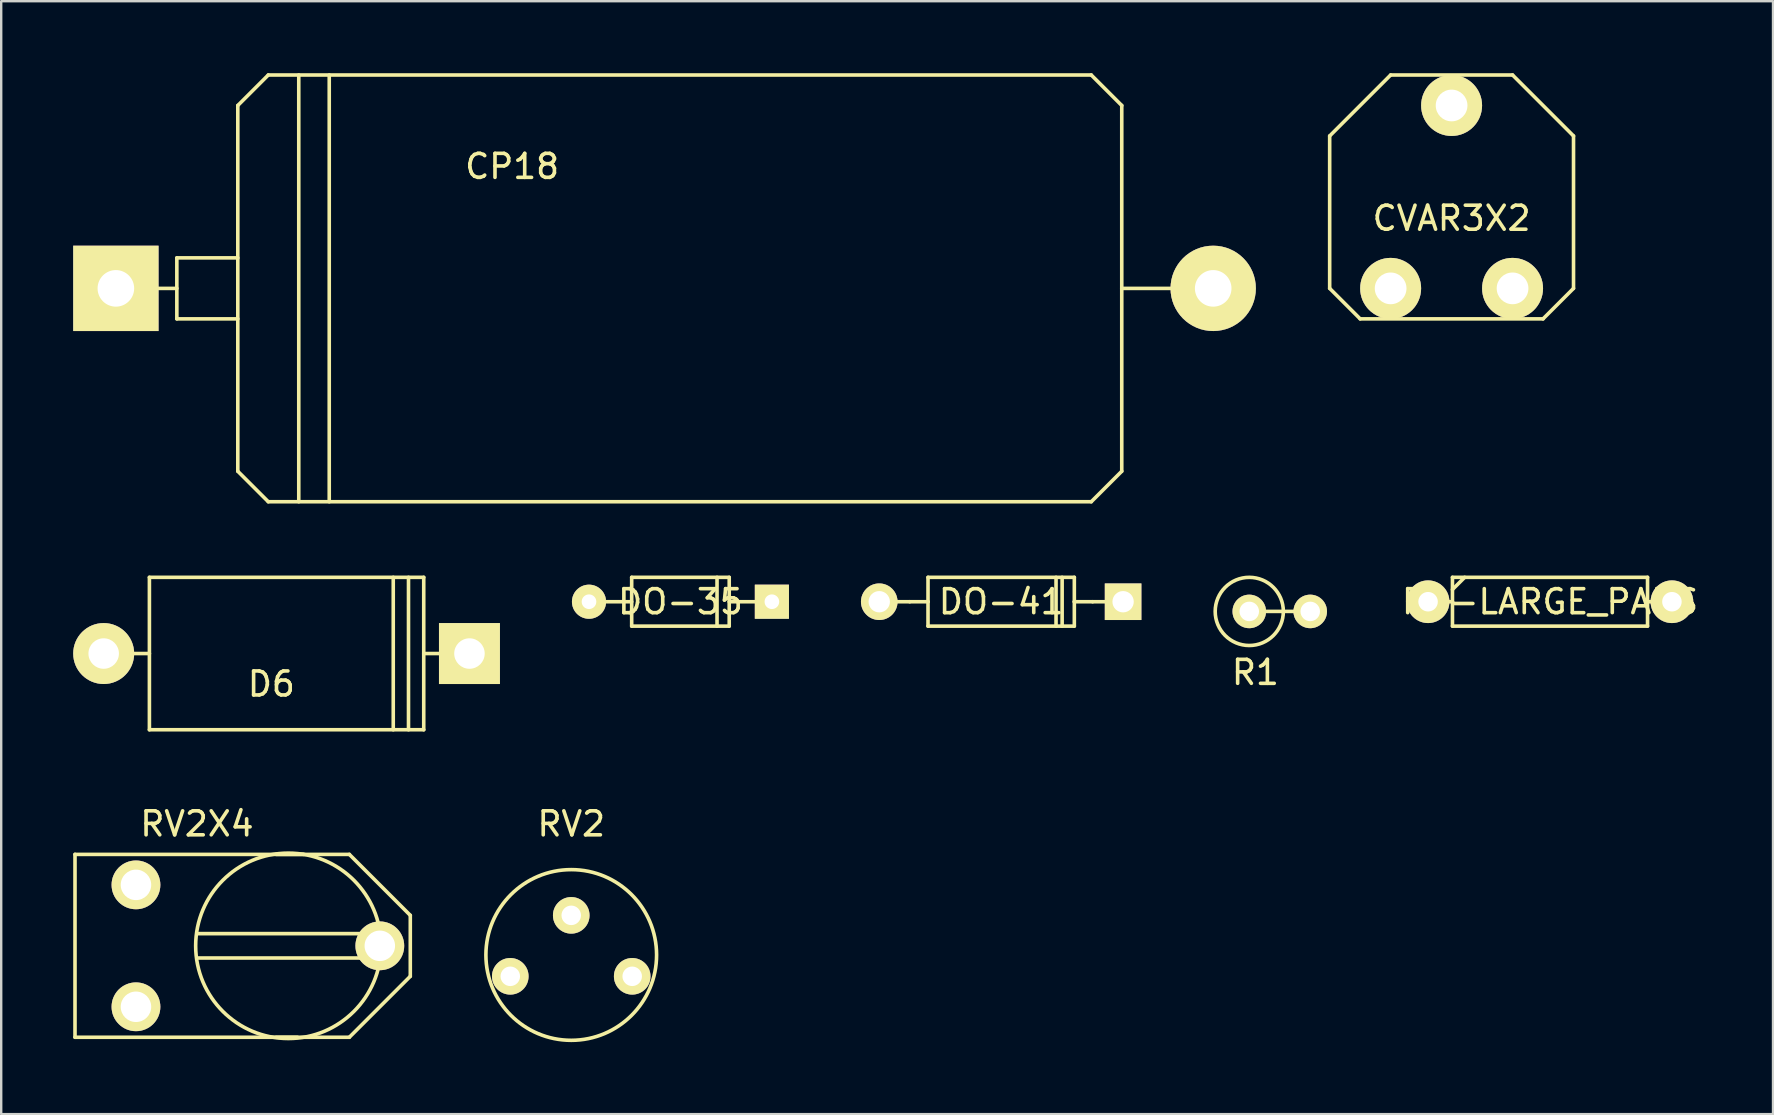
<source format=kicad_pcb>
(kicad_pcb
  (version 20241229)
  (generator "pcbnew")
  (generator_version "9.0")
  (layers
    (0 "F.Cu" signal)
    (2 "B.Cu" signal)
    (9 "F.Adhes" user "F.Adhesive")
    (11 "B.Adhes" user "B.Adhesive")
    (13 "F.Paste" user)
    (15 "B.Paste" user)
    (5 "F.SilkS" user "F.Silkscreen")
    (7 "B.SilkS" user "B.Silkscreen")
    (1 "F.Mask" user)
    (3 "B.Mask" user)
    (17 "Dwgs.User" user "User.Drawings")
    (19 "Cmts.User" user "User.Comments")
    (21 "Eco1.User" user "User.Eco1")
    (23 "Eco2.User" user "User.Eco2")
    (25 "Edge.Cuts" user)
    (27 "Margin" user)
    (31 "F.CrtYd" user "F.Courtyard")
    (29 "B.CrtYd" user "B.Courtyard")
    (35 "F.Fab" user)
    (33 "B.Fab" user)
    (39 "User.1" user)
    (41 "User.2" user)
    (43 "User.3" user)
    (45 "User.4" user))
  (footprint "R1"
    (layer "F.Cu")
    (at 50.271 22.425)
    (property "Reference" "R1" (at -1.016 2.54 0) (layer "F.SilkS") (effects (font (size 1 1) (thickness 0.15))))
    (attr through_hole)
    (fp_line (start -1.27 0) (end 1.27 0) (stroke (width 0.15) (type solid)) (layer "F.SilkS"))
    (fp_circle (center -1.27 0) (end -0.635 1.27) (stroke (width 0.15) (type solid)) (fill no) (layer "F.SilkS"))
    (pad "1" thru_hole circle (at -1.27 0) (size 1.397 1.397) (drill 0.813) (layers "*.Cu" "*.Mask" "F.SilkS"))
    (pad "2" thru_hole circle (at 1.27 0) (size 1.397 1.397) (drill 0.813) (layers "*.Cu" "*.Mask" "F.SilkS")))
  (footprint "DO-41"
    (layer "F.Cu")
    (at 38.664 22.021)
    (property "Reference" "DO-41" (at 0 0 0) (layer "F.SilkS") (effects (font (size 1 1) (thickness 0.15))))
    (attr through_hole)
    (fp_line (start -3.81 0) (end -5.08 0) (stroke (width 0.15) (type solid)) (layer "F.SilkS"))
    (fp_line (start -3.048 -1.016) (end -3.048 0) (stroke (width 0.15) (type solid)) (layer "F.SilkS"))
    (fp_line (start -3.048 0) (end -3.81 0) (stroke (width 0.15) (type solid)) (layer "F.SilkS"))
    (fp_line (start -3.048 0) (end -3.048 1.016) (stroke (width 0.15) (type solid)) (layer "F.SilkS"))
    (fp_line (start -3.048 1.016) (end 3.048 1.016) (stroke (width 0.15) (type solid)) (layer "F.SilkS"))
    (fp_line (start 2.286 1.016) (end 2.286 -1.016) (stroke (width 0.15) (type solid)) (layer "F.SilkS"))
    (fp_line (start 2.54 -1.016) (end 2.54 1.016) (stroke (width 0.15) (type solid)) (layer "F.SilkS"))
    (fp_line (start 3.048 -1.016) (end -3.048 -1.016) (stroke (width 0.15) (type solid)) (layer "F.SilkS"))
    (fp_line (start 3.048 0) (end 3.048 -1.016) (stroke (width 0.15) (type solid)) (layer "F.SilkS"))
    (fp_line (start 3.048 1.016) (end 3.048 0) (stroke (width 0.15) (type solid)) (layer "F.SilkS"))
    (fp_line (start 3.81 0) (end 3.048 0) (stroke (width 0.15) (type solid)) (layer "F.SilkS"))
    (fp_line (start 3.81 0) (end 5.08 0) (stroke (width 0.15) (type solid)) (layer "F.SilkS"))
    (pad "1" thru_hole rect (at 5.08 0) (size 1.524 1.524) (drill 0.889) (layers "*.Cu" "*.Mask" "F.SilkS"))
    (pad "2" thru_hole circle (at -5.08 0) (size 1.524 1.524) (drill 0.889) (layers "*.Cu" "*.Mask" "F.SilkS")))
  (footprint "R4-LARGE_PADS"
    (layer "F.Cu")
    (at 61.531 22.021)
    (property "Reference" "R4-LARGE_PADS" (at 0 0 0) (layer "F.SilkS") (effects (font (size 1 1) (thickness 0.15))))
    (attr through_hole)
    (fp_line (start -5.08 0) (end -4.064 0) (stroke (width 0.15) (type solid)) (layer "F.SilkS"))
    (fp_line (start -4.064 -1.016) (end 4.064 -1.016) (stroke (width 0.15) (type solid)) (layer "F.SilkS"))
    (fp_line (start -4.064 -0.508) (end -3.556 -1.016) (stroke (width 0.15) (type solid)) (layer "F.SilkS"))
    (fp_line (start -4.064 0) (end -4.064 -1.016) (stroke (width 0.15) (type solid)) (layer "F.SilkS"))
    (fp_line (start -4.064 1.016) (end -4.064 0) (stroke (width 0.15) (type solid)) (layer "F.SilkS"))
    (fp_line (start 4.064 -1.016) (end 4.064 1.016) (stroke (width 0.15) (type solid)) (layer "F.SilkS"))
    (fp_line (start 4.064 1.016) (end -4.064 1.016) (stroke (width 0.15) (type solid)) (layer "F.SilkS"))
    (fp_line (start 5.08 0) (end 4.064 0) (stroke (width 0.15) (type solid)) (layer "F.SilkS"))
    (pad "1" thru_hole circle (at -5.08 0) (size 1.778 1.778) (drill 0.813) (layers "*.Cu" "*.Mask" "F.SilkS"))
    (pad "2" thru_hole circle (at 5.08 0) (size 1.778 1.778) (drill 0.813) (layers "*.Cu" "*.Mask" "F.SilkS")))
  (footprint "CP18"
    (layer "F.Cu")
    (at 24.638 8.965)
    (property "Reference" "CP18" (at -6.35 -5.08 0) (layer "F.SilkS") (effects (font (size 1 1) (thickness 0.15))))
    (attr through_hole)
    (fp_line (start -20.32 -1.27) (end -20.32 1.27) (stroke (width 0.15) (type solid)) (layer "F.SilkS"))
    (fp_line (start -20.32 0) (end -22.86 0) (stroke (width 0.15) (type solid)) (layer "F.SilkS"))
    (fp_line (start -20.32 1.27) (end -17.78 1.27) (stroke (width 0.15) (type solid)) (layer "F.SilkS"))
    (fp_line (start -17.78 -7.62) (end -17.78 7.62) (stroke (width 0.15) (type solid)) (layer "F.SilkS"))
    (fp_line (start -17.78 -7.62) (end -16.51 -8.89) (stroke (width 0.15) (type solid)) (layer "F.SilkS"))
    (fp_line (start -17.78 -1.27) (end -20.32 -1.27) (stroke (width 0.15) (type solid)) (layer "F.SilkS"))
    (fp_line (start -16.51 -8.89) (end 17.78 -8.89) (stroke (width 0.15) (type solid)) (layer "F.SilkS"))
    (fp_line (start -16.51 8.89) (end -17.78 7.62) (stroke (width 0.15) (type solid)) (layer "F.SilkS"))
    (fp_line (start -15.24 -8.89) (end -15.24 8.89) (stroke (width 0.15) (type solid)) (layer "F.SilkS"))
    (fp_line (start -13.97 -8.89) (end -13.97 8.89) (stroke (width 0.15) (type solid)) (layer "F.SilkS"))
    (fp_line (start 17.78 -8.89) (end 19.05 -7.62) (stroke (width 0.15) (type solid)) (layer "F.SilkS"))
    (fp_line (start 17.78 8.89) (end -16.51 8.89) (stroke (width 0.15) (type solid)) (layer "F.SilkS"))
    (fp_line (start 19.05 -7.62) (end 19.05 7.62) (stroke (width 0.15) (type solid)) (layer "F.SilkS"))
    (fp_line (start 19.05 0) (end 22.86 0) (stroke (width 0.15) (type solid)) (layer "F.SilkS"))
    (fp_line (start 19.05 7.62) (end 17.78 8.89) (stroke (width 0.15) (type solid)) (layer "F.SilkS"))
    (pad "1" thru_hole rect (at -22.86 0) (size 3.556 3.556) (drill 1.524) (layers "*.Cu" "*.Mask" "F.SilkS"))
    (pad "2" thru_hole circle (at 22.86 0) (size 3.556 3.556) (drill 1.524) (layers "*.Cu" "*.Mask" "F.SilkS")))
  (footprint "DO-35"
    (layer "F.Cu")
    (at 25.301 22.021)
    (property "Reference" "DO-35" (at 0 0 0) (layer "F.SilkS") (effects (font (size 1 1) (thickness 0.15))))
    (attr through_hole)
    (fp_line (start -2.032 -1.016) (end -2.032 1.016) (stroke (width 0.15) (type solid)) (layer "F.SilkS"))
    (fp_line (start -2.032 0) (end -3.81 0) (stroke (width 0.15) (type solid)) (layer "F.SilkS"))
    (fp_line (start -2.032 1.016) (end 2.032 1.016) (stroke (width 0.15) (type solid)) (layer "F.SilkS"))
    (fp_line (start 1.524 -1.016) (end 1.524 1.016) (stroke (width 0.15) (type solid)) (layer "F.SilkS"))
    (fp_line (start 2.032 -1.016) (end -2.032 -1.016) (stroke (width 0.15) (type solid)) (layer "F.SilkS"))
    (fp_line (start 2.032 0) (end 3.81 0) (stroke (width 0.15) (type solid)) (layer "F.SilkS"))
    (fp_line (start 2.032 1.016) (end 2.032 -1.016) (stroke (width 0.15) (type solid)) (layer "F.SilkS"))
    (pad "1" thru_hole rect (at 3.81 0) (size 1.422 1.422) (drill 0.61) (layers "*.Cu" "*.Mask" "F.SilkS"))
    (pad "2" thru_hole circle (at -3.81 0) (size 1.422 1.422) (drill 0.61) (layers "*.Cu" "*.Mask" "F.SilkS")))
  (footprint "RV2"
    (layer "F.Cu")
    (at 20.751 36.358)
    (property "Reference" "RV2" (at 0 -5.08 0) (layer "F.SilkS") (effects (font (size 1 1) (thickness 0.15))))
    (attr through_hole)
    (fp_circle (center 0 0.381) (end 0 -3.175) (stroke (width 0.15) (type solid)) (fill no) (layer "F.SilkS"))
    (pad "1" thru_hole circle (at -2.54 1.27) (size 1.524 1.524) (drill 0.813) (layers "*.Cu" "*.Mask" "F.SilkS"))
    (pad "2" thru_hole circle (at 0 -1.27) (size 1.524 1.524) (drill 0.813) (layers "*.Cu" "*.Mask" "F.SilkS"))
    (pad "3" thru_hole circle (at 2.54 1.27) (size 1.524 1.524) (drill 0.813) (layers "*.Cu" "*.Mask" "F.SilkS")))
  (footprint "RV2X4"
    (layer "F.Cu")
    (at 7.695 36.358)
    (property "Reference" "RV2X4" (at -2.54 -5.08 0) (layer "F.SilkS") (effects (font (size 1 1) (thickness 0.15))))
    (attr through_hole)
    (fp_line (start -7.62 -3.81) (end 3.81 -3.81) (stroke (width 0.15) (type solid)) (layer "F.SilkS"))
    (fp_line (start -7.62 3.81) (end -7.62 -3.81) (stroke (width 0.15) (type solid)) (layer "F.SilkS"))
    (fp_line (start -2.54 -0.508) (end 4.953 -0.508) (stroke (width 0.15) (type solid)) (layer "F.SilkS"))
    (fp_line (start -2.54 0.508) (end 4.953 0.508) (stroke (width 0.15) (type solid)) (layer "F.SilkS"))
    (fp_line (start 0.762 -3.81) (end 1.905 -3.81) (stroke (width 0.15) (type solid)) (layer "F.SilkS"))
    (fp_line (start 1.651 3.81) (end 0.762 3.81) (stroke (width 0.15) (type solid)) (layer "F.SilkS"))
    (fp_line (start 3.81 -3.81) (end 6.35 -1.27) (stroke (width 0.15) (type solid)) (layer "F.SilkS"))
    (fp_line (start 3.81 3.81) (end -7.62 3.81) (stroke (width 0.15) (type solid)) (layer "F.SilkS"))
    (fp_line (start 6.35 -1.27) (end 6.35 1.27) (stroke (width 0.15) (type solid)) (layer "F.SilkS"))
    (fp_line (start 6.35 1.27) (end 3.81 3.81) (stroke (width 0.15) (type solid)) (layer "F.SilkS"))
    (fp_circle (center 1.27 0) (end -2.54 -0.635) (stroke (width 0.15) (type solid)) (fill no) (layer "F.SilkS"))
    (pad "1" thru_hole circle (at -5.08 -2.54) (size 2.032 2.032) (drill 1.27) (layers "*.Cu" "*.Mask" "F.SilkS"))
    (pad "2" thru_hole circle (at 5.08 0) (size 2.032 2.032) (drill 1.27) (layers "*.Cu" "*.Mask" "F.SilkS"))
    (pad "3" thru_hole circle (at -5.08 2.54) (size 2.032 2.032) (drill 1.27) (layers "*.Cu" "*.Mask" "F.SilkS")))
  (footprint "D6"
    (layer "F.Cu")
    (at 8.89 24.18)
    (property "Reference" "D6" (at -0.635 1.27 0) (layer "F.SilkS") (effects (font (size 1 1) (thickness 0.15))))
    (attr through_hole)
    (fp_line (start -5.715 -3.175) (end -5.715 3.175) (stroke (width 0.15) (type solid)) (layer "F.SilkS"))
    (fp_line (start -5.715 0) (end -7.62 0) (stroke (width 0.15) (type solid)) (layer "F.SilkS"))
    (fp_line (start -5.715 3.175) (end 5.715 3.175) (stroke (width 0.15) (type solid)) (layer "F.SilkS"))
    (fp_line (start 4.445 3.175) (end 4.445 -3.175) (stroke (width 0.15) (type solid)) (layer "F.SilkS"))
    (fp_line (start 5.08 -3.175) (end 5.08 3.175) (stroke (width 0.15) (type solid)) (layer "F.SilkS"))
    (fp_line (start 5.715 -3.175) (end -5.715 -3.175) (stroke (width 0.15) (type solid)) (layer "F.SilkS"))
    (fp_line (start 5.715 0) (end 7.62 0) (stroke (width 0.15) (type solid)) (layer "F.SilkS"))
    (fp_line (start 5.715 3.175) (end 5.715 -3.175) (stroke (width 0.15) (type solid)) (layer "F.SilkS"))
    (pad "1" thru_hole rect (at 7.62 0) (size 2.54 2.54) (drill 1.27) (layers "*.Cu" "*.Mask" "F.SilkS"))
    (pad "2" thru_hole circle (at -7.62 0) (size 2.54 2.54) (drill 1.27) (layers "*.Cu" "*.Mask" "F.SilkS")))
  (footprint "CVAR3X2"
    (layer "F.Cu")
    (at 57.431 5.155)
    (property "Reference" "CVAR3X2" (at 0 0.889 0) (layer "F.SilkS") (effects (font (size 1 1) (thickness 0.15))))
    (attr through_hole)
    (fp_line (start -5.08 -2.54) (end -5.08 3.81) (stroke (width 0.15) (type solid)) (layer "F.SilkS"))
    (fp_line (start -5.08 3.81) (end -3.81 5.08) (stroke (width 0.15) (type solid)) (layer "F.SilkS"))
    (fp_line (start -3.81 5.08) (end 3.81 5.08) (stroke (width 0.15) (type solid)) (layer "F.SilkS"))
    (fp_line (start -2.54 -5.08) (end -5.08 -2.54) (stroke (width 0.15) (type solid)) (layer "F.SilkS"))
    (fp_line (start 2.54 -5.08) (end -2.54 -5.08) (stroke (width 0.15) (type solid)) (layer "F.SilkS"))
    (fp_line (start 3.81 5.08) (end 5.08 3.81) (stroke (width 0.15) (type solid)) (layer "F.SilkS"))
    (fp_line (start 5.08 -2.54) (end 2.54 -5.08) (stroke (width 0.15) (type solid)) (layer "F.SilkS"))
    (fp_line (start 5.08 3.81) (end 5.08 -2.54) (stroke (width 0.15) (type solid)) (layer "F.SilkS"))
    (pad "1" thru_hole circle (at 0 -3.81) (size 2.54 2.54) (drill 1.321) (layers "*.Cu" "*.Mask" "F.SilkS"))
    (pad "2" thru_hole circle (at 2.54 3.81) (size 2.54 2.54) (drill 1.321) (layers "*.Cu" "*.Mask" "F.SilkS"))
    (pad "3" thru_hole circle (at -2.54 3.81) (size 2.54 2.54) (drill 1.321) (layers "*.Cu" "*.Mask" "F.SilkS")))
  (gr_rect
    (start -3 -3)
    (end 70.823 43.37)
    (stroke (width 0.1) (type default))
    (fill no)
    (layer "Edge.Cuts")))
</source>
